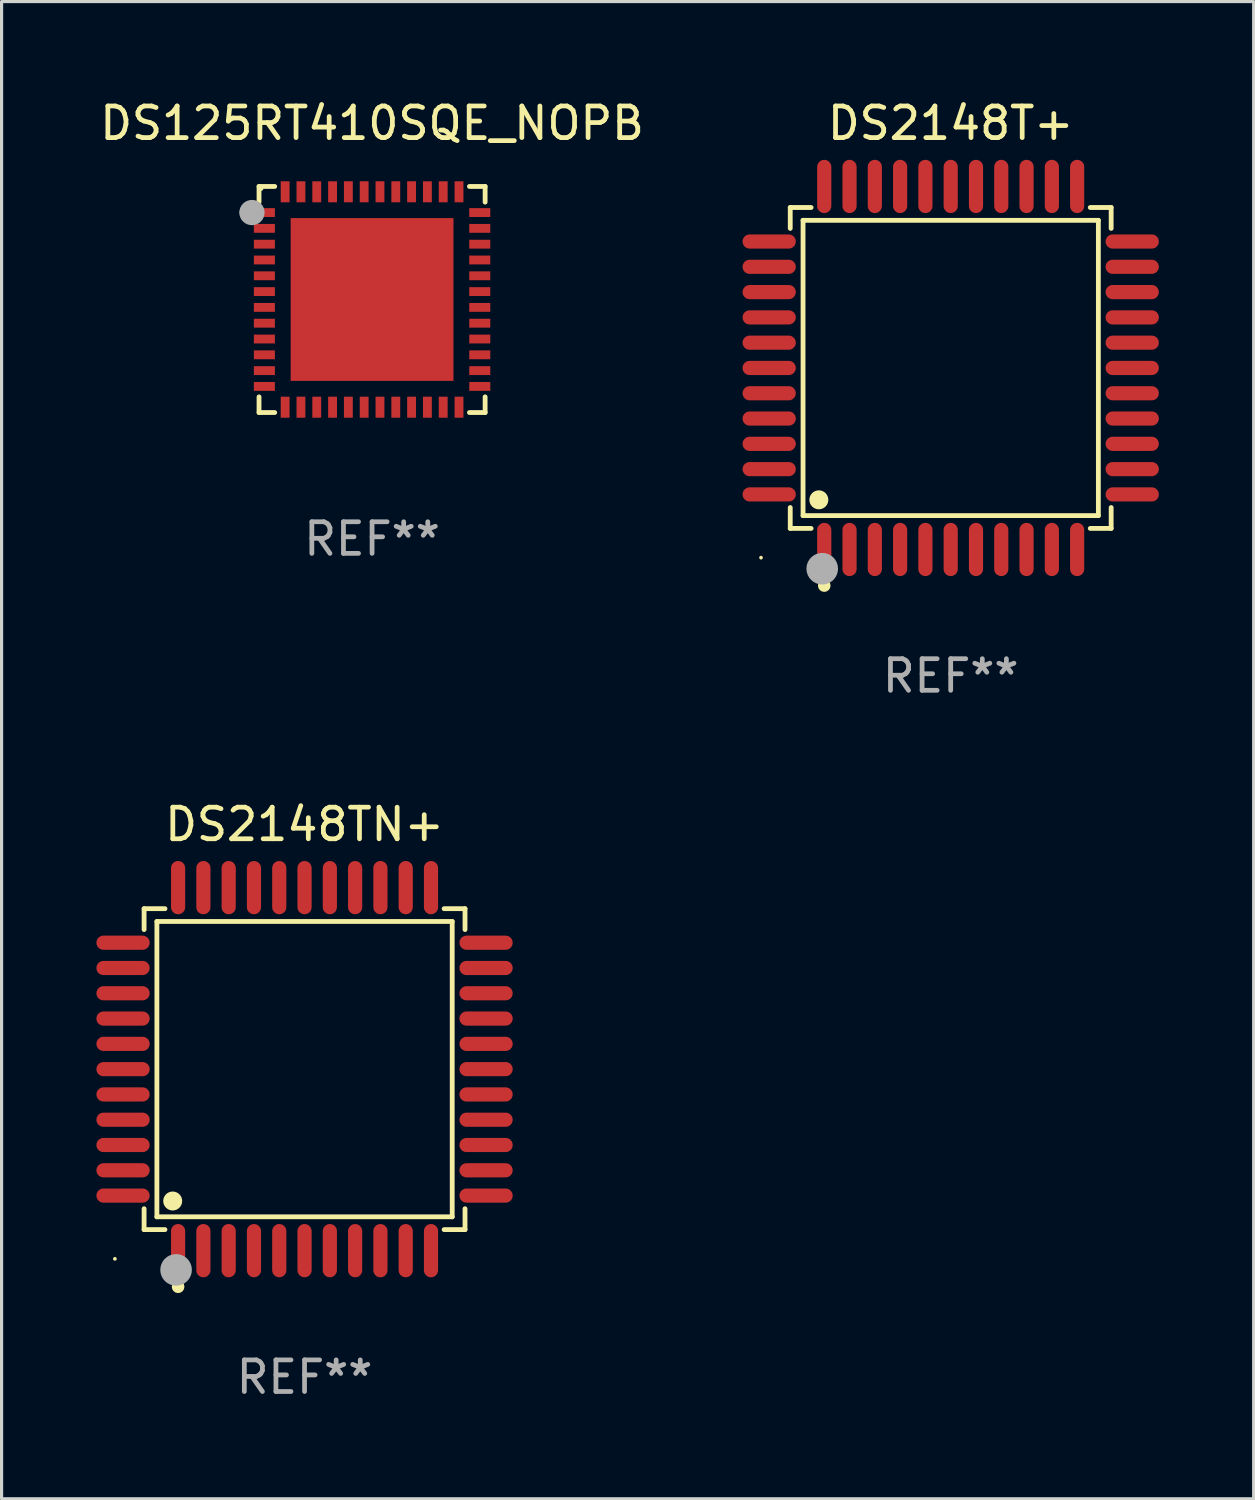
<source format=kicad_pcb>
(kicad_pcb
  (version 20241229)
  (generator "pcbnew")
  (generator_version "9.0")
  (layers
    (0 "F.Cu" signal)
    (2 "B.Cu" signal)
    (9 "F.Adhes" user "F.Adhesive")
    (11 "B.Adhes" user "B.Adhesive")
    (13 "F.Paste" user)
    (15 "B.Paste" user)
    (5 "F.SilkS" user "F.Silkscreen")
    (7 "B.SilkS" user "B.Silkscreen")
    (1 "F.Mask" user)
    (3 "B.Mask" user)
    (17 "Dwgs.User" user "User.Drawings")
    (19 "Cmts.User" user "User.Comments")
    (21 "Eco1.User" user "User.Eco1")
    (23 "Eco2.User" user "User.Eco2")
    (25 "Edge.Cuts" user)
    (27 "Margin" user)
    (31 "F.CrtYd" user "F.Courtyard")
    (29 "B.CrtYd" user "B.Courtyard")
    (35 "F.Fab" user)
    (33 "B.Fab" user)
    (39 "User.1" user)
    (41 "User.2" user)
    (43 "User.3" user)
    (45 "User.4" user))
  (footprint "DS125RT410SQE_NOPB"
    (layer "F.Cu")
    (at 8.72 6.424)
    (property "Reference" "DS125RT410SQE_NOPB" (at 0 -5.576 0) (layer "F.SilkS") (effects (font (size 1 1) (thickness 0.15))))
    (attr through_hole)
    (fp_line (start -3.576 -3.576) (end -3.576 -3.08) (stroke (width 0.152) (type solid)) (layer "F.SilkS"))
    (fp_line (start -3.576 3.576) (end -3.576 3.08) (stroke (width 0.152) (type solid)) (layer "F.SilkS"))
    (fp_line (start -3.08 -3.576) (end -3.576 -3.576) (stroke (width 0.152) (type solid)) (layer "F.SilkS"))
    (fp_line (start -3.08 3.576) (end -3.576 3.576) (stroke (width 0.152) (type solid)) (layer "F.SilkS"))
    (fp_line (start 3.08 -3.576) (end 3.576 -3.576) (stroke (width 0.152) (type solid)) (layer "F.SilkS"))
    (fp_line (start 3.08 3.576) (end 3.576 3.576) (stroke (width 0.152) (type solid)) (layer "F.SilkS"))
    (fp_line (start 3.576 -3.576) (end 3.576 -3.08) (stroke (width 0.152) (type solid)) (layer "F.SilkS"))
    (fp_line (start 3.576 3.576) (end 3.576 3.08) (stroke (width 0.152) (type solid)) (layer "F.SilkS"))
    (fp_circle (center -4.04 -2.75) (end -3.965 -2.75) (stroke (width 0.15) (type solid)) (fill no) (layer "F.SilkS"))
    (fp_circle (center -3.5 -3.5) (end -3.47 -3.5) (stroke (width 0.06) (type solid)) (fill no) (layer "F.SilkS"))
    (fp_circle (center -3.8 -2.75) (end -3.6 -2.75) (stroke (width 0.4) (type solid)) (fill no) (layer "F.Fab"))
    (fp_text user "REF**" (at 0 7.576 0) (layer "F.Fab") (effects (font (size 1 1) (thickness 0.15))))
    (pad "1" smd rect (at -3.407 -2.75) (size 0.665 0.28) (layers "F.Cu" "F.Mask" "F.Paste"))
    (pad "2" smd rect (at -3.407 -2.25) (size 0.665 0.28) (layers "F.Cu" "F.Mask" "F.Paste"))
    (pad "3" smd rect (at -3.407 -1.75) (size 0.665 0.28) (layers "F.Cu" "F.Mask" "F.Paste"))
    (pad "4" smd rect (at -3.407 -1.25) (size 0.665 0.28) (layers "F.Cu" "F.Mask" "F.Paste"))
    (pad "5" smd rect (at -3.407 -0.75) (size 0.665 0.28) (layers "F.Cu" "F.Mask" "F.Paste"))
    (pad "6" smd rect (at -3.407 -0.25) (size 0.665 0.28) (layers "F.Cu" "F.Mask" "F.Paste"))
    (pad "7" smd rect (at -3.407 0.25) (size 0.665 0.28) (layers "F.Cu" "F.Mask" "F.Paste"))
    (pad "8" smd rect (at -3.407 0.75) (size 0.665 0.28) (layers "F.Cu" "F.Mask" "F.Paste"))
    (pad "9" smd rect (at -3.407 1.25) (size 0.665 0.28) (layers "F.Cu" "F.Mask" "F.Paste"))
    (pad "10" smd rect (at -3.407 1.75) (size 0.665 0.28) (layers "F.Cu" "F.Mask" "F.Paste"))
    (pad "11" smd rect (at -3.407 2.25) (size 0.665 0.28) (layers "F.Cu" "F.Mask" "F.Paste"))
    (pad "12" smd rect (at -3.407 2.75) (size 0.665 0.28) (layers "F.Cu" "F.Mask" "F.Paste"))
    (pad "13" smd rect (at -2.75 3.407) (size 0.28 0.665) (layers "F.Cu" "F.Mask" "F.Paste"))
    (pad "14" smd rect (at -2.25 3.407) (size 0.28 0.665) (layers "F.Cu" "F.Mask" "F.Paste"))
    (pad "15" smd rect (at -1.75 3.407) (size 0.28 0.665) (layers "F.Cu" "F.Mask" "F.Paste"))
    (pad "16" smd rect (at -1.25 3.407) (size 0.28 0.665) (layers "F.Cu" "F.Mask" "F.Paste"))
    (pad "17" smd rect (at -0.75 3.407) (size 0.28 0.665) (layers "F.Cu" "F.Mask" "F.Paste"))
    (pad "18" smd rect (at -0.25 3.407) (size 0.28 0.665) (layers "F.Cu" "F.Mask" "F.Paste"))
    (pad "19" smd rect (at 0.25 3.407) (size 0.28 0.665) (layers "F.Cu" "F.Mask" "F.Paste"))
    (pad "20" smd rect (at 0.75 3.407) (size 0.28 0.665) (layers "F.Cu" "F.Mask" "F.Paste"))
    (pad "21" smd rect (at 1.25 3.407) (size 0.28 0.665) (layers "F.Cu" "F.Mask" "F.Paste"))
    (pad "22" smd rect (at 1.75 3.407) (size 0.28 0.665) (layers "F.Cu" "F.Mask" "F.Paste"))
    (pad "23" smd rect (at 2.25 3.407) (size 0.28 0.665) (layers "F.Cu" "F.Mask" "F.Paste"))
    (pad "24" smd rect (at 2.75 3.407) (size 0.28 0.665) (layers "F.Cu" "F.Mask" "F.Paste"))
    (pad "25" smd rect (at 3.407 2.75) (size 0.665 0.28) (layers "F.Cu" "F.Mask" "F.Paste"))
    (pad "26" smd rect (at 3.407 2.25) (size 0.665 0.28) (layers "F.Cu" "F.Mask" "F.Paste"))
    (pad "27" smd rect (at 3.407 1.75) (size 0.665 0.28) (layers "F.Cu" "F.Mask" "F.Paste"))
    (pad "28" smd rect (at 3.407 1.25) (size 0.665 0.28) (layers "F.Cu" "F.Mask" "F.Paste"))
    (pad "29" smd rect (at 3.407 0.75) (size 0.665 0.28) (layers "F.Cu" "F.Mask" "F.Paste"))
    (pad "30" smd rect (at 3.407 0.25) (size 0.665 0.28) (layers "F.Cu" "F.Mask" "F.Paste"))
    (pad "31" smd rect (at 3.407 -0.25) (size 0.665 0.28) (layers "F.Cu" "F.Mask" "F.Paste"))
    (pad "32" smd rect (at 3.407 -0.75) (size 0.665 0.28) (layers "F.Cu" "F.Mask" "F.Paste"))
    (pad "33" smd rect (at 3.407 -1.25) (size 0.665 0.28) (layers "F.Cu" "F.Mask" "F.Paste"))
    (pad "34" smd rect (at 3.407 -1.75) (size 0.665 0.28) (layers "F.Cu" "F.Mask" "F.Paste"))
    (pad "35" smd rect (at 3.407 -2.25) (size 0.665 0.28) (layers "F.Cu" "F.Mask" "F.Paste"))
    (pad "36" smd rect (at 3.407 -2.75) (size 0.665 0.28) (layers "F.Cu" "F.Mask" "F.Paste"))
    (pad "37" smd rect (at 2.75 -3.407) (size 0.28 0.665) (layers "F.Cu" "F.Mask" "F.Paste"))
    (pad "38" smd rect (at 2.25 -3.407) (size 0.28 0.665) (layers "F.Cu" "F.Mask" "F.Paste"))
    (pad "39" smd rect (at 1.75 -3.407) (size 0.28 0.665) (layers "F.Cu" "F.Mask" "F.Paste"))
    (pad "40" smd rect (at 1.25 -3.407) (size 0.28 0.665) (layers "F.Cu" "F.Mask" "F.Paste"))
    (pad "41" smd rect (at 0.75 -3.407) (size 0.28 0.665) (layers "F.Cu" "F.Mask" "F.Paste"))
    (pad "42" smd rect (at 0.25 -3.407) (size 0.28 0.665) (layers "F.Cu" "F.Mask" "F.Paste"))
    (pad "43" smd rect (at -0.25 -3.407) (size 0.28 0.665) (layers "F.Cu" "F.Mask" "F.Paste"))
    (pad "44" smd rect (at -0.75 -3.407) (size 0.28 0.665) (layers "F.Cu" "F.Mask" "F.Paste"))
    (pad "45" smd rect (at -1.25 -3.407) (size 0.28 0.665) (layers "F.Cu" "F.Mask" "F.Paste"))
    (pad "46" smd rect (at -1.75 -3.407) (size 0.28 0.665) (layers "F.Cu" "F.Mask" "F.Paste"))
    (pad "47" smd rect (at -2.25 -3.407) (size 0.28 0.665) (layers "F.Cu" "F.Mask" "F.Paste"))
    (pad "48" smd rect (at -2.75 -3.407) (size 0.28 0.665) (layers "F.Cu" "F.Mask" "F.Paste"))
    (pad "49" smd rect (at 0 0) (size 5.15 5.15) (layers "F.Cu" "F.Mask" "F.Paste")))
  (footprint "DS2148T+"
    (layer "F.Cu")
    (at 27.024 8.59)
    (property "Reference" "DS2148T+" (at 0 -7.742 0) (layer "F.SilkS") (effects (font (size 1 1) (thickness 0.15))))
    (attr through_hole)
    (fp_line (start -5.076 -5.076) (end -4.415 -5.076) (stroke (width 0.152) (type solid)) (layer "F.SilkS"))
    (fp_line (start -5.076 -4.415) (end -5.076 -5.076) (stroke (width 0.152) (type solid)) (layer "F.SilkS"))
    (fp_line (start -5.076 4.415) (end -5.076 5.076) (stroke (width 0.152) (type solid)) (layer "F.SilkS"))
    (fp_line (start -5.076 5.076) (end -4.415 5.076) (stroke (width 0.152) (type solid)) (layer "F.SilkS"))
    (fp_line (start -4.671 -4.671) (end 4.671 -4.671) (stroke (width 0.152) (type solid)) (layer "F.SilkS"))
    (fp_line (start -4.671 4.671) (end -4.671 -4.671) (stroke (width 0.152) (type solid)) (layer "F.SilkS"))
    (fp_line (start 4.671 -4.671) (end 4.671 4.671) (stroke (width 0.152) (type solid)) (layer "F.SilkS"))
    (fp_line (start 4.671 4.671) (end -4.671 4.671) (stroke (width 0.152) (type solid)) (layer "F.SilkS"))
    (fp_line (start 5.076 -5.076) (end 4.415 -5.076) (stroke (width 0.152) (type solid)) (layer "F.SilkS"))
    (fp_line (start 5.076 -4.415) (end 5.076 -5.076) (stroke (width 0.152) (type solid)) (layer "F.SilkS"))
    (fp_line (start 5.076 4.415) (end 5.076 5.076) (stroke (width 0.152) (type solid)) (layer "F.SilkS"))
    (fp_line (start 5.076 5.076) (end 4.415 5.076) (stroke (width 0.152) (type solid)) (layer "F.SilkS"))
    (fp_circle (center -6 6) (end -5.97 6) (stroke (width 0.06) (type solid)) (fill no) (layer "F.SilkS"))
    (fp_circle (center -4.171 4.171) (end -4.021 4.171) (stroke (width 0.3) (type solid)) (fill no) (layer "F.SilkS"))
    (fp_circle (center -4 6.884) (end -3.9 6.884) (stroke (width 0.2) (type solid)) (fill no) (layer "F.SilkS"))
    (fp_circle (center -4.064 6.35) (end -3.814 6.35) (stroke (width 0.5) (type solid)) (fill no) (layer "F.Fab"))
    (fp_text user "REF**" (at 0 9.742 0) (layer "F.Fab") (effects (font (size 1 1) (thickness 0.15))))
    (pad "1" smd oval (at -4 5.742) (size 0.448 1.684) (layers "F.Cu" "F.Mask" "F.Paste"))
    (pad "2" smd oval (at -3.2 5.742) (size 0.448 1.684) (layers "F.Cu" "F.Mask" "F.Paste"))
    (pad "3" smd oval (at -2.4 5.742) (size 0.448 1.684) (layers "F.Cu" "F.Mask" "F.Paste"))
    (pad "4" smd oval (at -1.6 5.742) (size 0.448 1.684) (layers "F.Cu" "F.Mask" "F.Paste"))
    (pad "5" smd oval (at -0.8 5.742) (size 0.448 1.684) (layers "F.Cu" "F.Mask" "F.Paste"))
    (pad "6" smd oval (at 0 5.742) (size 0.448 1.684) (layers "F.Cu" "F.Mask" "F.Paste"))
    (pad "7" smd oval (at 0.8 5.742) (size 0.448 1.684) (layers "F.Cu" "F.Mask" "F.Paste"))
    (pad "8" smd oval (at 1.6 5.742) (size 0.448 1.684) (layers "F.Cu" "F.Mask" "F.Paste"))
    (pad "9" smd oval (at 2.4 5.742) (size 0.448 1.684) (layers "F.Cu" "F.Mask" "F.Paste"))
    (pad "10" smd oval (at 3.2 5.742) (size 0.448 1.684) (layers "F.Cu" "F.Mask" "F.Paste"))
    (pad "11" smd oval (at 4 5.742) (size 0.448 1.684) (layers "F.Cu" "F.Mask" "F.Paste"))
    (pad "12" smd oval (at 5.742 4) (size 1.684 0.448) (layers "F.Cu" "F.Mask" "F.Paste"))
    (pad "13" smd oval (at 5.742 3.2) (size 1.684 0.448) (layers "F.Cu" "F.Mask" "F.Paste"))
    (pad "14" smd oval (at 5.742 2.4) (size 1.684 0.448) (layers "F.Cu" "F.Mask" "F.Paste"))
    (pad "15" smd oval (at 5.742 1.6) (size 1.684 0.448) (layers "F.Cu" "F.Mask" "F.Paste"))
    (pad "16" smd oval (at 5.742 0.8) (size 1.684 0.448) (layers "F.Cu" "F.Mask" "F.Paste"))
    (pad "17" smd oval (at 5.742 0) (size 1.684 0.448) (layers "F.Cu" "F.Mask" "F.Paste"))
    (pad "18" smd oval (at 5.742 -0.8) (size 1.684 0.448) (layers "F.Cu" "F.Mask" "F.Paste"))
    (pad "19" smd oval (at 5.742 -1.6) (size 1.684 0.448) (layers "F.Cu" "F.Mask" "F.Paste"))
    (pad "20" smd oval (at 5.742 -2.4) (size 1.684 0.448) (layers "F.Cu" "F.Mask" "F.Paste"))
    (pad "21" smd oval (at 5.742 -3.2) (size 1.684 0.448) (layers "F.Cu" "F.Mask" "F.Paste"))
    (pad "22" smd oval (at 5.742 -4) (size 1.684 0.448) (layers "F.Cu" "F.Mask" "F.Paste"))
    (pad "23" smd oval (at 4 -5.742) (size 0.448 1.684) (layers "F.Cu" "F.Mask" "F.Paste"))
    (pad "24" smd oval (at 3.2 -5.742) (size 0.448 1.684) (layers "F.Cu" "F.Mask" "F.Paste"))
    (pad "25" smd oval (at 2.4 -5.742) (size 0.448 1.684) (layers "F.Cu" "F.Mask" "F.Paste"))
    (pad "26" smd oval (at 1.6 -5.742) (size 0.448 1.684) (layers "F.Cu" "F.Mask" "F.Paste"))
    (pad "27" smd oval (at 0.8 -5.742) (size 0.448 1.684) (layers "F.Cu" "F.Mask" "F.Paste"))
    (pad "28" smd oval (at 0 -5.742) (size 0.448 1.684) (layers "F.Cu" "F.Mask" "F.Paste"))
    (pad "29" smd oval (at -0.8 -5.742) (size 0.448 1.684) (layers "F.Cu" "F.Mask" "F.Paste"))
    (pad "30" smd oval (at -1.6 -5.742) (size 0.448 1.684) (layers "F.Cu" "F.Mask" "F.Paste"))
    (pad "31" smd oval (at -2.4 -5.742) (size 0.448 1.684) (layers "F.Cu" "F.Mask" "F.Paste"))
    (pad "32" smd oval (at -3.2 -5.742) (size 0.448 1.684) (layers "F.Cu" "F.Mask" "F.Paste"))
    (pad "33" smd oval (at -4 -5.742) (size 0.448 1.684) (layers "F.Cu" "F.Mask" "F.Paste"))
    (pad "34" smd oval (at -5.742 -4) (size 1.684 0.448) (layers "F.Cu" "F.Mask" "F.Paste"))
    (pad "35" smd oval (at -5.742 -3.2) (size 1.684 0.448) (layers "F.Cu" "F.Mask" "F.Paste"))
    (pad "36" smd oval (at -5.742 -2.4) (size 1.684 0.448) (layers "F.Cu" "F.Mask" "F.Paste"))
    (pad "37" smd oval (at -5.742 -1.6) (size 1.684 0.448) (layers "F.Cu" "F.Mask" "F.Paste"))
    (pad "38" smd oval (at -5.742 -0.8) (size 1.684 0.448) (layers "F.Cu" "F.Mask" "F.Paste"))
    (pad "39" smd oval (at -5.742 0) (size 1.684 0.448) (layers "F.Cu" "F.Mask" "F.Paste"))
    (pad "40" smd oval (at -5.742 0.8) (size 1.684 0.448) (layers "F.Cu" "F.Mask" "F.Paste"))
    (pad "41" smd oval (at -5.742 1.6) (size 1.684 0.448) (layers "F.Cu" "F.Mask" "F.Paste"))
    (pad "42" smd oval (at -5.742 2.4) (size 1.684 0.448) (layers "F.Cu" "F.Mask" "F.Paste"))
    (pad "43" smd oval (at -5.742 3.2) (size 1.684 0.448) (layers "F.Cu" "F.Mask" "F.Paste"))
    (pad "44" smd oval (at -5.742 4) (size 1.684 0.448) (layers "F.Cu" "F.Mask" "F.Paste")))
  (footprint "DS2148TN+"
    (layer "F.Cu")
    (at 6.584 30.771)
    (property "Reference" "DS2148TN+" (at 0 -7.742 0) (layer "F.SilkS") (effects (font (size 1 1) (thickness 0.15))))
    (attr through_hole)
    (fp_line (start -5.076 -5.076) (end -4.415 -5.076) (stroke (width 0.152) (type solid)) (layer "F.SilkS"))
    (fp_line (start -5.076 -4.415) (end -5.076 -5.076) (stroke (width 0.152) (type solid)) (layer "F.SilkS"))
    (fp_line (start -5.076 4.415) (end -5.076 5.076) (stroke (width 0.152) (type solid)) (layer "F.SilkS"))
    (fp_line (start -5.076 5.076) (end -4.415 5.076) (stroke (width 0.152) (type solid)) (layer "F.SilkS"))
    (fp_line (start -4.671 -4.671) (end 4.671 -4.671) (stroke (width 0.152) (type solid)) (layer "F.SilkS"))
    (fp_line (start -4.671 4.671) (end -4.671 -4.671) (stroke (width 0.152) (type solid)) (layer "F.SilkS"))
    (fp_line (start 4.671 -4.671) (end 4.671 4.671) (stroke (width 0.152) (type solid)) (layer "F.SilkS"))
    (fp_line (start 4.671 4.671) (end -4.671 4.671) (stroke (width 0.152) (type solid)) (layer "F.SilkS"))
    (fp_line (start 5.076 -5.076) (end 4.415 -5.076) (stroke (width 0.152) (type solid)) (layer "F.SilkS"))
    (fp_line (start 5.076 -4.415) (end 5.076 -5.076) (stroke (width 0.152) (type solid)) (layer "F.SilkS"))
    (fp_line (start 5.076 4.415) (end 5.076 5.076) (stroke (width 0.152) (type solid)) (layer "F.SilkS"))
    (fp_line (start 5.076 5.076) (end 4.415 5.076) (stroke (width 0.152) (type solid)) (layer "F.SilkS"))
    (fp_circle (center -6 6) (end -5.97 6) (stroke (width 0.06) (type solid)) (fill no) (layer "F.SilkS"))
    (fp_circle (center -4.171 4.171) (end -4.021 4.171) (stroke (width 0.3) (type solid)) (fill no) (layer "F.SilkS"))
    (fp_circle (center -4 6.884) (end -3.9 6.884) (stroke (width 0.2) (type solid)) (fill no) (layer "F.SilkS"))
    (fp_circle (center -4.064 6.35) (end -3.814 6.35) (stroke (width 0.5) (type solid)) (fill no) (layer "F.Fab"))
    (fp_text user "REF**" (at 0 9.742 0) (layer "F.Fab") (effects (font (size 1 1) (thickness 0.15))))
    (pad "1" smd oval (at -4 5.742) (size 0.448 1.684) (layers "F.Cu" "F.Mask" "F.Paste"))
    (pad "2" smd oval (at -3.2 5.742) (size 0.448 1.684) (layers "F.Cu" "F.Mask" "F.Paste"))
    (pad "3" smd oval (at -2.4 5.742) (size 0.448 1.684) (layers "F.Cu" "F.Mask" "F.Paste"))
    (pad "4" smd oval (at -1.6 5.742) (size 0.448 1.684) (layers "F.Cu" "F.Mask" "F.Paste"))
    (pad "5" smd oval (at -0.8 5.742) (size 0.448 1.684) (layers "F.Cu" "F.Mask" "F.Paste"))
    (pad "6" smd oval (at 0 5.742) (size 0.448 1.684) (layers "F.Cu" "F.Mask" "F.Paste"))
    (pad "7" smd oval (at 0.8 5.742) (size 0.448 1.684) (layers "F.Cu" "F.Mask" "F.Paste"))
    (pad "8" smd oval (at 1.6 5.742) (size 0.448 1.684) (layers "F.Cu" "F.Mask" "F.Paste"))
    (pad "9" smd oval (at 2.4 5.742) (size 0.448 1.684) (layers "F.Cu" "F.Mask" "F.Paste"))
    (pad "10" smd oval (at 3.2 5.742) (size 0.448 1.684) (layers "F.Cu" "F.Mask" "F.Paste"))
    (pad "11" smd oval (at 4 5.742) (size 0.448 1.684) (layers "F.Cu" "F.Mask" "F.Paste"))
    (pad "12" smd oval (at 5.742 4) (size 1.684 0.448) (layers "F.Cu" "F.Mask" "F.Paste"))
    (pad "13" smd oval (at 5.742 3.2) (size 1.684 0.448) (layers "F.Cu" "F.Mask" "F.Paste"))
    (pad "14" smd oval (at 5.742 2.4) (size 1.684 0.448) (layers "F.Cu" "F.Mask" "F.Paste"))
    (pad "15" smd oval (at 5.742 1.6) (size 1.684 0.448) (layers "F.Cu" "F.Mask" "F.Paste"))
    (pad "16" smd oval (at 5.742 0.8) (size 1.684 0.448) (layers "F.Cu" "F.Mask" "F.Paste"))
    (pad "17" smd oval (at 5.742 0) (size 1.684 0.448) (layers "F.Cu" "F.Mask" "F.Paste"))
    (pad "18" smd oval (at 5.742 -0.8) (size 1.684 0.448) (layers "F.Cu" "F.Mask" "F.Paste"))
    (pad "19" smd oval (at 5.742 -1.6) (size 1.684 0.448) (layers "F.Cu" "F.Mask" "F.Paste"))
    (pad "20" smd oval (at 5.742 -2.4) (size 1.684 0.448) (layers "F.Cu" "F.Mask" "F.Paste"))
    (pad "21" smd oval (at 5.742 -3.2) (size 1.684 0.448) (layers "F.Cu" "F.Mask" "F.Paste"))
    (pad "22" smd oval (at 5.742 -4) (size 1.684 0.448) (layers "F.Cu" "F.Mask" "F.Paste"))
    (pad "23" smd oval (at 4 -5.742) (size 0.448 1.684) (layers "F.Cu" "F.Mask" "F.Paste"))
    (pad "24" smd oval (at 3.2 -5.742) (size 0.448 1.684) (layers "F.Cu" "F.Mask" "F.Paste"))
    (pad "25" smd oval (at 2.4 -5.742) (size 0.448 1.684) (layers "F.Cu" "F.Mask" "F.Paste"))
    (pad "26" smd oval (at 1.6 -5.742) (size 0.448 1.684) (layers "F.Cu" "F.Mask" "F.Paste"))
    (pad "27" smd oval (at 0.8 -5.742) (size 0.448 1.684) (layers "F.Cu" "F.Mask" "F.Paste"))
    (pad "28" smd oval (at 0 -5.742) (size 0.448 1.684) (layers "F.Cu" "F.Mask" "F.Paste"))
    (pad "29" smd oval (at -0.8 -5.742) (size 0.448 1.684) (layers "F.Cu" "F.Mask" "F.Paste"))
    (pad "30" smd oval (at -1.6 -5.742) (size 0.448 1.684) (layers "F.Cu" "F.Mask" "F.Paste"))
    (pad "31" smd oval (at -2.4 -5.742) (size 0.448 1.684) (layers "F.Cu" "F.Mask" "F.Paste"))
    (pad "32" smd oval (at -3.2 -5.742) (size 0.448 1.684) (layers "F.Cu" "F.Mask" "F.Paste"))
    (pad "33" smd oval (at -4 -5.742) (size 0.448 1.684) (layers "F.Cu" "F.Mask" "F.Paste"))
    (pad "34" smd oval (at -5.742 -4) (size 1.684 0.448) (layers "F.Cu" "F.Mask" "F.Paste"))
    (pad "35" smd oval (at -5.742 -3.2) (size 1.684 0.448) (layers "F.Cu" "F.Mask" "F.Paste"))
    (pad "36" smd oval (at -5.742 -2.4) (size 1.684 0.448) (layers "F.Cu" "F.Mask" "F.Paste"))
    (pad "37" smd oval (at -5.742 -1.6) (size 1.684 0.448) (layers "F.Cu" "F.Mask" "F.Paste"))
    (pad "38" smd oval (at -5.742 -0.8) (size 1.684 0.448) (layers "F.Cu" "F.Mask" "F.Paste"))
    (pad "39" smd oval (at -5.742 0) (size 1.684 0.448) (layers "F.Cu" "F.Mask" "F.Paste"))
    (pad "40" smd oval (at -5.742 0.8) (size 1.684 0.448) (layers "F.Cu" "F.Mask" "F.Paste"))
    (pad "41" smd oval (at -5.742 1.6) (size 1.684 0.448) (layers "F.Cu" "F.Mask" "F.Paste"))
    (pad "42" smd oval (at -5.742 2.4) (size 1.684 0.448) (layers "F.Cu" "F.Mask" "F.Paste"))
    (pad "43" smd oval (at -5.742 3.2) (size 1.684 0.448) (layers "F.Cu" "F.Mask" "F.Paste"))
    (pad "44" smd oval (at -5.742 4) (size 1.684 0.448) (layers "F.Cu" "F.Mask" "F.Paste")))
  (gr_rect
    (start -3 -3)
    (end 36.608 44.361)
    (stroke (width 0.1) (type default))
    (fill no)
    (layer "Edge.Cuts")))
</source>
